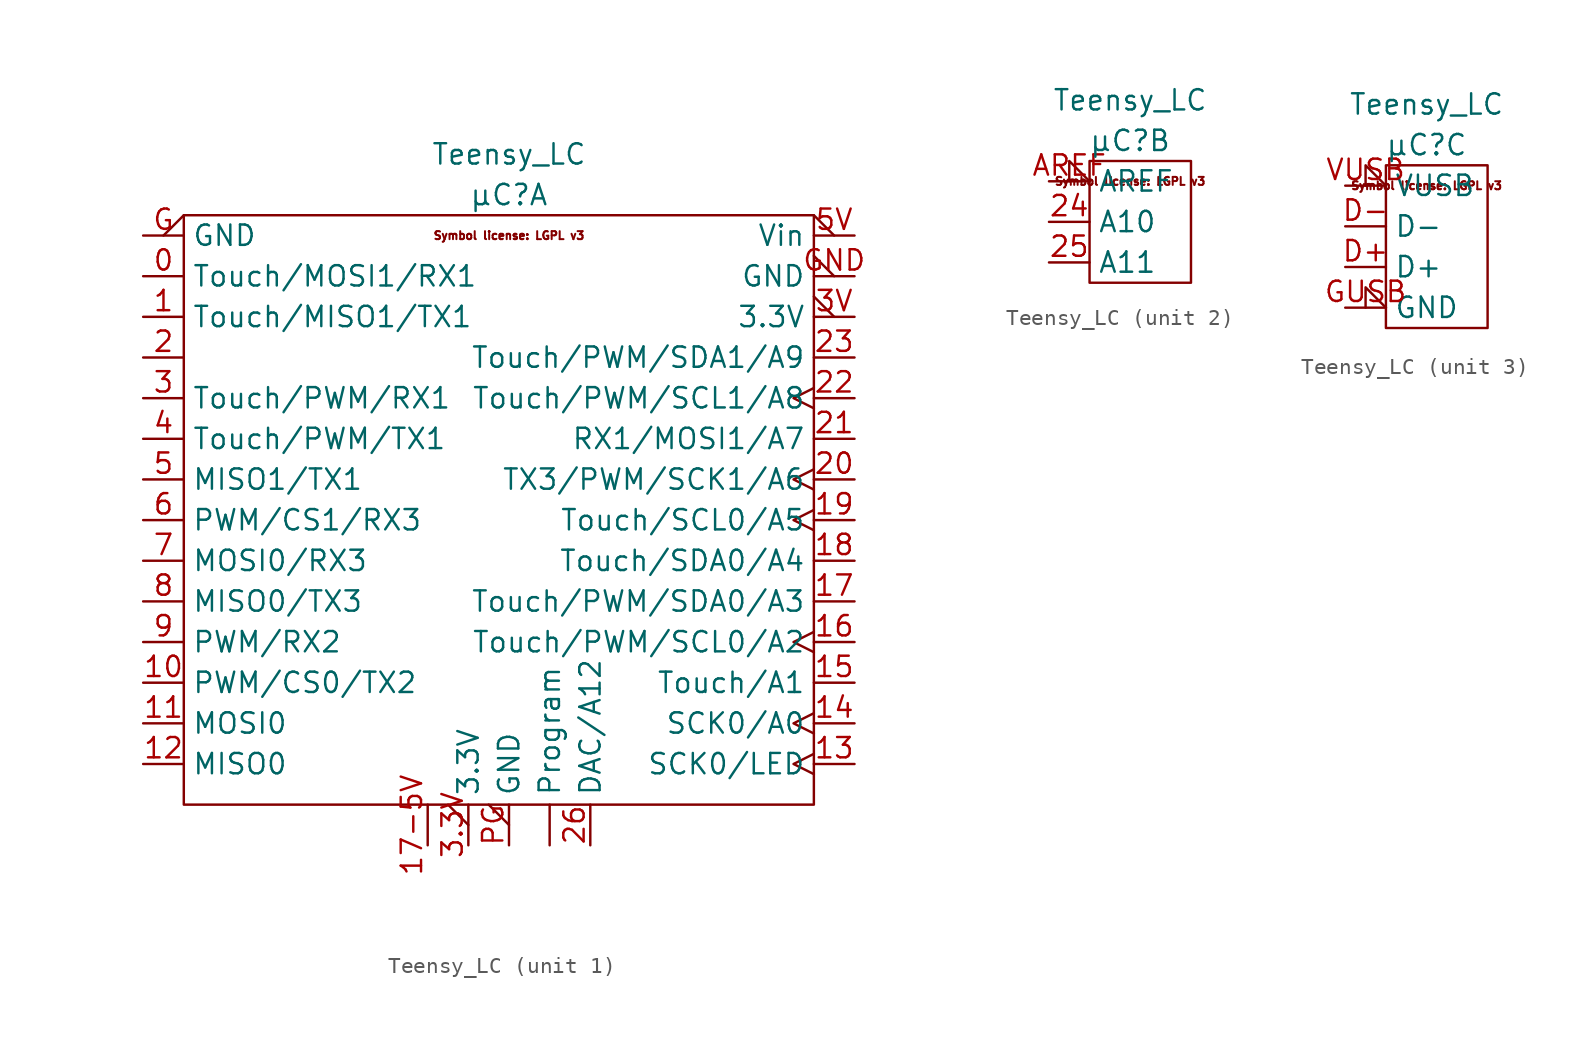
<source format=kicad_sym>
(kicad_symbol_lib
  (version 20211014)
  (generator kicad_symbol_editor)
  (symbol "Teensy_LC"
    (property "Reference" "μC"
      (at 0 0 0)
      (effects (font (size 1.27 1.27))))
    (property "Value" "Teensy_LC"
      (at 0 2.54 0)
      (effects (font (size 1.27 1.27))))
    (property "ki_locked" ""
      (at 0 0 0)
      (effects (font (size 1.27 1.27))))
    (symbol "Teensy_LC_0_0"
      (text "Symbol license: LGPL v3" (at 0 -2.54 0) (effects (font (size 0.5 0.5)))))
    (symbol "Teensy_LC_1_1"
      (rectangle (start -20.32 -1.27) (end 19.05 -38.1) (stroke (width 0) (type default) (color 0 0 0 0)) (fill (type none)))
      (pin input line (at 2.54 -40.64 90) (length 2.54) (name "Program" (effects (font (size 1.27 1.27)))) (number "" (effects (font (size 1.27 1.27)))))
      (pin bidirectional line (at -22.86 -5.08 0) (length 2.54) (name "Touch/MOSI1/RX1" (effects (font (size 1.27 1.27)))) (number "0" (effects (font (size 1.27 1.27)))))
      (pin bidirectional line (at -22.86 -7.62 0) (length 2.54) (name "Touch/MISO1/TX1" (effects (font (size 1.27 1.27)))) (number "1" (effects (font (size 1.27 1.27)))))
      (pin bidirectional line (at -22.86 -30.48 0) (length 2.54) (name "PWM/CS0/TX2" (effects (font (size 1.27 1.27)))) (number "10" (effects (font (size 1.27 1.27)))))
      (pin bidirectional line (at -22.86 -33.02 0) (length 2.54) (name "MOSI0" (effects (font (size 1.27 1.27)))) (number "11" (effects (font (size 1.27 1.27)))))
      (pin bidirectional line (at -22.86 -35.56 0) (length 2.54) (name "MISO0" (effects (font (size 1.27 1.27)))) (number "12" (effects (font (size 1.27 1.27)))))
      (pin bidirectional clock (at 21.59 -35.56 180) (length 2.54) (name "SCK0/LED" (effects (font (size 1.27 1.27)))) (number "13" (effects (font (size 1.27 1.27)))))
      (pin bidirectional clock (at 21.59 -33.02 180) (length 2.54) (name "SCK0/A0" (effects (font (size 1.27 1.27)))) (number "14" (effects (font (size 1.27 1.27)))))
      (pin bidirectional line (at 21.59 -30.48 180) (length 2.54) (name "Touch/A1" (effects (font (size 1.27 1.27)))) (number "15" (effects (font (size 1.27 1.27)))))
      (pin bidirectional clock (at 21.59 -27.94 180) (length 2.54) (name "Touch/PWM/SCL0/A2" (effects (font (size 1.27 1.27)))) (number "16" (effects (font (size 1.27 1.27)))))
      (pin bidirectional line (at 21.59 -25.4 180) (length 2.54) (name "Touch/PWM/SDA0/A3" (effects (font (size 1.27 1.27)))) (number "17" (effects (font (size 1.27 1.27)))))
      (pin bidirectional line (at -5.08 -40.64 90) (length 2.54) (name "" (effects (font (size 1.27 1.27)))) (number "17-5V" (effects (font (size 1.27 1.27)))))
      (pin bidirectional line (at 21.59 -22.86 180) (length 2.54) (name "Touch/SDA0/A4" (effects (font (size 1.27 1.27)))) (number "18" (effects (font (size 1.27 1.27)))))
      (pin bidirectional clock (at 21.59 -20.32 180) (length 2.54) (name "Touch/SCL0/A5" (effects (font (size 1.27 1.27)))) (number "19" (effects (font (size 1.27 1.27)))))
      (pin bidirectional line (at -22.86 -10.16 0) (length 2.54) (name "" (effects (font (size 1.27 1.27)))) (number "2" (effects (font (size 1.27 1.27)))))
      (pin bidirectional clock (at 21.59 -17.78 180) (length 2.54) (name "TX3/PWM/SCK1/A6" (effects (font (size 1.27 1.27)))) (number "20" (effects (font (size 1.27 1.27)))))
      (pin bidirectional line (at 21.59 -15.24 180) (length 2.54) (name "RX1/MOSI1/A7" (effects (font (size 1.27 1.27)))) (number "21" (effects (font (size 1.27 1.27)))))
      (pin bidirectional clock (at 21.59 -12.7 180) (length 2.54) (name "Touch/PWM/SCL1/A8" (effects (font (size 1.27 1.27)))) (number "22" (effects (font (size 1.27 1.27)))))
      (pin bidirectional line (at 21.59 -10.16 180) (length 2.54) (name "Touch/PWM/SDA1/A9" (effects (font (size 1.27 1.27)))) (number "23" (effects (font (size 1.27 1.27)))))
      (pin bidirectional line (at 5.08 -40.64 90) (length 2.54) (name "DAC/A12" (effects (font (size 1.27 1.27)))) (number "26" (effects (font (size 1.27 1.27)))))
      (pin bidirectional line (at -22.86 -12.7 0) (length 2.54) (name "Touch/PWM/RX1" (effects (font (size 1.27 1.27)))) (number "3" (effects (font (size 1.27 1.27)))))
      (pin power_in output_low (at -2.54 -40.64 90) (length 2.54) (name "3.3V" (effects (font (size 1.27 1.27)))) (number "3.3V" (effects (font (size 1.27 1.27)))))
      (pin power_in output_low (at 21.59 -7.62 180) (length 2.54) (name "3.3V" (effects (font (size 1.27 1.27)))) (number "3V" (effects (font (size 1.27 1.27)))))
      (pin bidirectional line (at -22.86 -15.24 0) (length 2.54) (name "Touch/PWM/TX1" (effects (font (size 1.27 1.27)))) (number "4" (effects (font (size 1.27 1.27)))))
      (pin bidirectional line (at -22.86 -17.78 0) (length 2.54) (name "MISO1/TX1" (effects (font (size 1.27 1.27)))) (number "5" (effects (font (size 1.27 1.27)))))
      (pin power_in output_low (at 21.59 -2.54 180) (length 2.54) (name "Vin" (effects (font (size 1.27 1.27)))) (number "5V" (effects (font (size 1.27 1.27)))))
      (pin bidirectional line (at -22.86 -20.32 0) (length 2.54) (name "PWM/CS1/RX3" (effects (font (size 1.27 1.27)))) (number "6" (effects (font (size 1.27 1.27)))))
      (pin bidirectional line (at -22.86 -22.86 0) (length 2.54) (name "MOSI0/RX3" (effects (font (size 1.27 1.27)))) (number "7" (effects (font (size 1.27 1.27)))))
      (pin bidirectional line (at -22.86 -25.4 0) (length 2.54) (name "MISO0/TX3" (effects (font (size 1.27 1.27)))) (number "8" (effects (font (size 1.27 1.27)))))
      (pin bidirectional line (at -22.86 -27.94 0) (length 2.54) (name "PWM/RX2" (effects (font (size 1.27 1.27)))) (number "9" (effects (font (size 1.27 1.27)))))
      (pin power_in output_low (at -22.86 -2.54 0) (length 2.54) (name "GND" (effects (font (size 1.27 1.27)))) (number "G" (effects (font (size 1.27 1.27)))))
      (pin power_in output_low (at 21.59 -5.08 180) (length 2.54) (name "GND" (effects (font (size 1.27 1.27)))) (number "GND" (effects (font (size 1.27 1.27)))))
      (pin power_in output_low (at 0 -40.64 90) (length 2.54) (name "GND" (effects (font (size 1.27 1.27)))) (number "PG" (effects (font (size 1.27 1.27))))))
    (symbol "Teensy_LC_2_1"
      (rectangle (start -2.54 -1.27) (end 3.81 -8.89) (stroke (width 0) (type default) (color 0 0 0 0)) (fill (type none)))
      (pin bidirectional line (at -5.08 -5.08 0) (length 2.54) (name "A10" (effects (font (size 1.27 1.27)))) (number "24" (effects (font (size 1.27 1.27)))))
      (pin bidirectional line (at -5.08 -7.62 0) (length 2.54) (name "A11" (effects (font (size 1.27 1.27)))) (number "25" (effects (font (size 1.27 1.27)))))
      (pin passive input_low (at -5.08 -2.54 0) (length 2.54) (name "AREF" (effects (font (size 1.27 1.27)))) (number "AREF" (effects (font (size 1.27 1.27))))))
    (symbol "Teensy_LC_3_1"
      (rectangle (start -2.54 -1.27) (end 3.81 -11.43) (stroke (width 0) (type default) (color 0 0 0 0)) (fill (type none)))
      (pin bidirectional line (at -5.08 -7.62 0) (length 2.54) (name "D+" (effects (font (size 1.27 1.27)))) (number "D+" (effects (font (size 1.27 1.27)))))
      (pin bidirectional line (at -5.08 -5.08 0) (length 2.54) (name "D-" (effects (font (size 1.27 1.27)))) (number "D-" (effects (font (size 1.27 1.27)))))
      (pin power_in input_low (at -5.08 -10.16 0) (length 2.54) (name "GND" (effects (font (size 1.27 1.27)))) (number "GUSB" (effects (font (size 1.27 1.27)))))
      (pin power_in input_low (at -5.08 -2.54 0) (length 2.54) (name "VUSB" (effects (font (size 1.27 1.27)))) (number "VUSB" (effects (font (size 1.27 1.27))))))))
</source>
